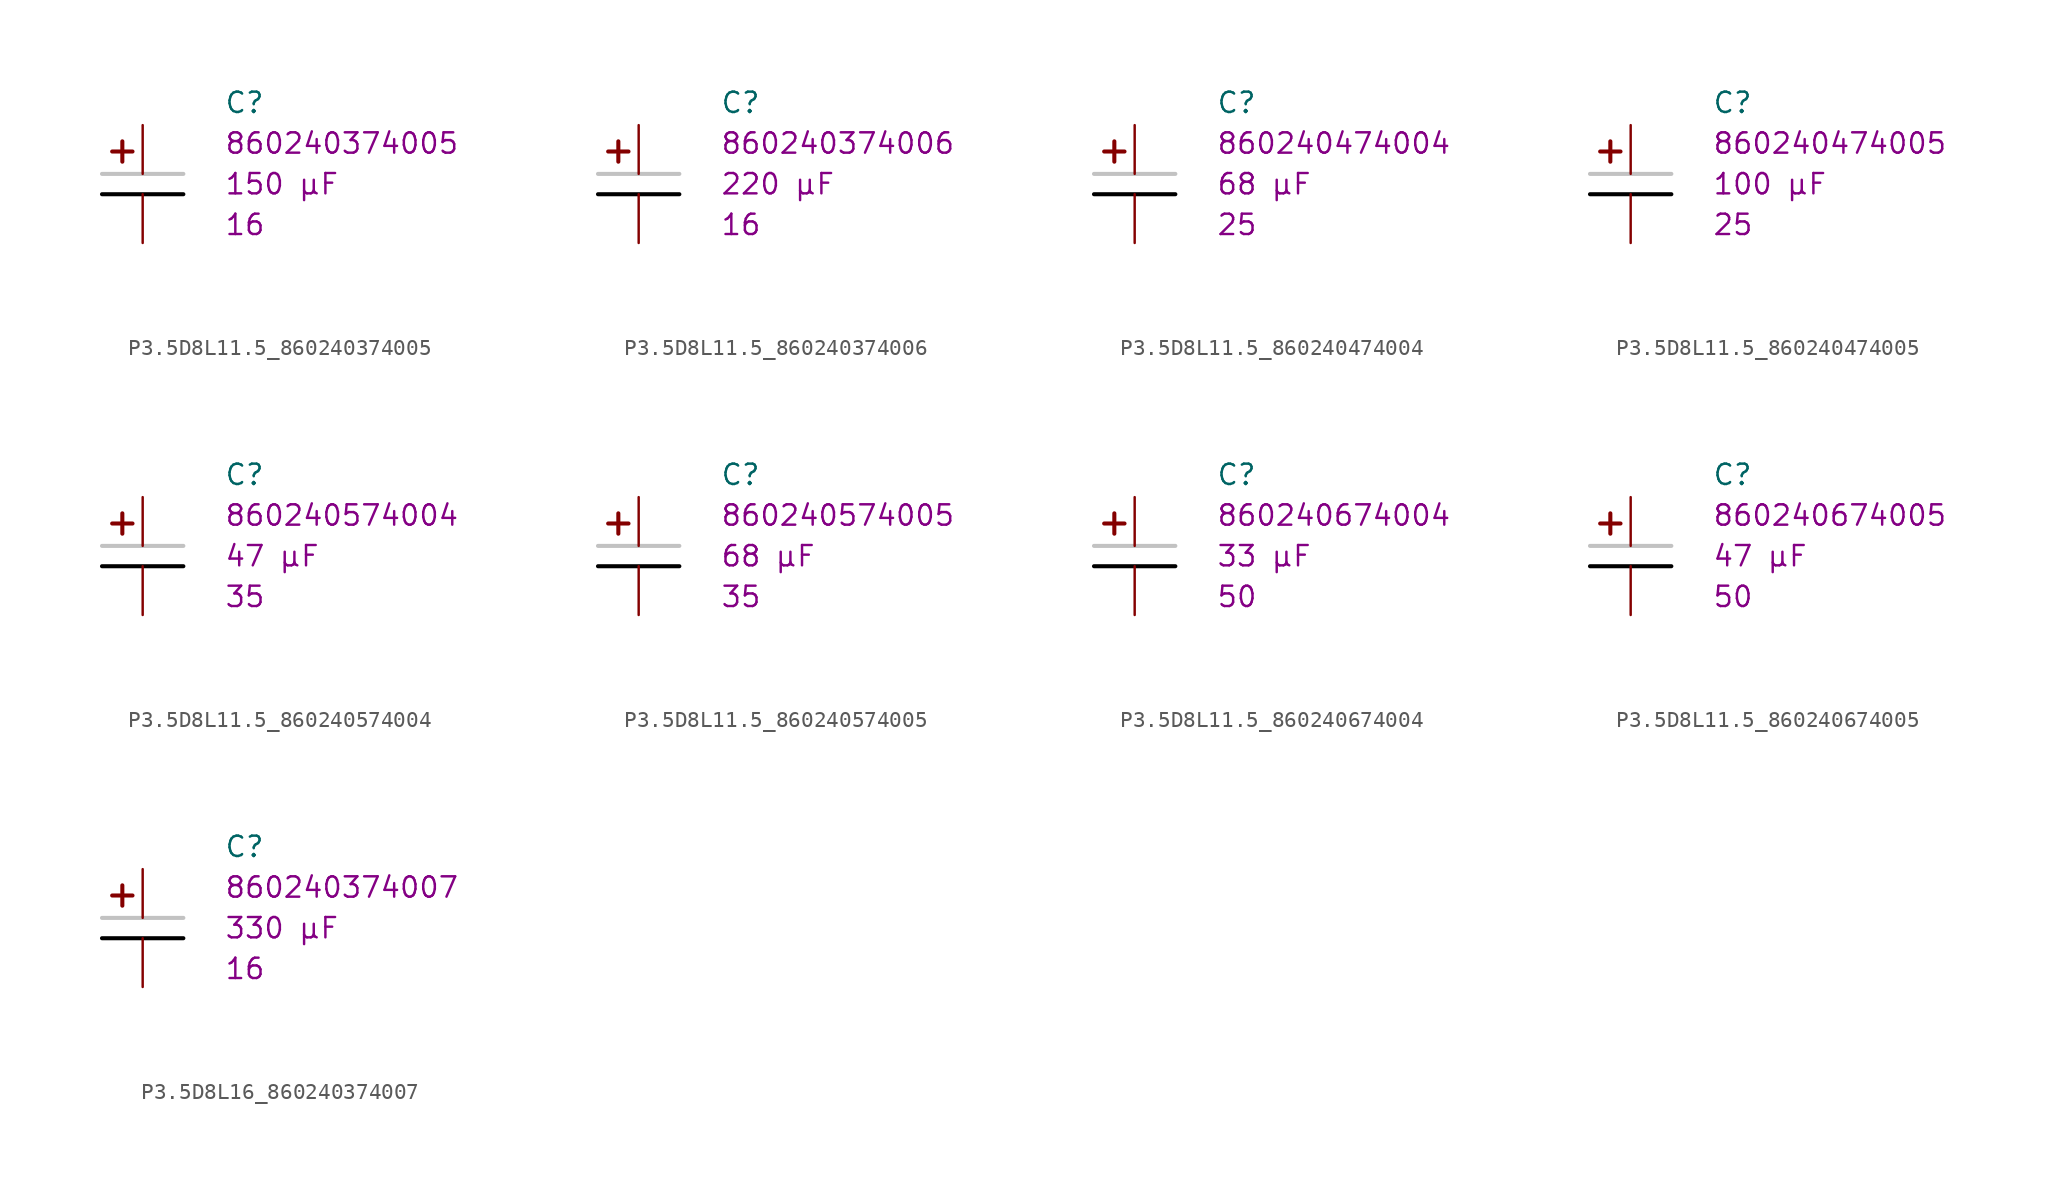
<source format=kicad_sym>
(kicad_symbol_lib
  (version 20220914)
  (generator kicad_symbol_editor)
  (symbol "P3.5D8L11.5_860240374005"
    (pin_numbers hide)
    (pin_names hide)
    (property "Reference" "C"
      (at 5.08 5.08 0)
      (effects (font (size 1.27 1.27)) (justify left)))
    (property "Part Number" "860240374005"
      (at 5.08 2.54 0)
      (effects (font (size 1.27 1.27)) (justify left)))
    (property "Capacitance" "150 µF"
      (at 5.08 0 0)
      (effects (font (size 1.27 1.27)) (justify left)))
    (property "Voltage" "16"
      (at 5.08 -2.54 0)
      (effects (font (size 1.27 1.27)) (justify left)))
    (property "Critical Parameter" ""
      (at 0 -7.62 0)
      (effects (font (size 1.27 1.27))))
    (symbol "P3.5D8L11.5_860240374005_1_1"
      (polyline (pts (xy -1.27 2.667) (xy -1.27 1.397)) (stroke (width 0.254) (type default)) (fill (type none)))
      (polyline (pts (xy -0.635 2.032) (xy -1.905 2.032)) (stroke (width 0.254) (type default)) (fill (type none)))
      (polyline (pts (xy 2.54 -0.635) (xy -2.54 -0.635)) (stroke (width 0.254) (type default) (color 0 0 0 1)) (fill (type none)))
      (polyline (pts (xy 2.54 0.635) (xy -2.54 0.635)) (stroke (width 0.254) (type default) (color 194 194 194 1)) (fill (type none)))
      (pin passive line (at 0 3.679 270) (length 3.044) (name "1" (effects (font (size 1.27 1.27)))) (number "1" (effects (font (size 1.27 1.27)))))
      (pin passive line (at 0 -3.679 90) (length 3.044) (name "2" (effects (font (size 1.27 1.27)))) (number "2" (effects (font (size 1.27 1.27)))))))
  (symbol "P3.5D8L11.5_860240374006"
    (pin_numbers hide)
    (pin_names hide)
    (property "Reference" "C"
      (at 5.08 5.08 0)
      (effects (font (size 1.27 1.27)) (justify left)))
    (property "Part Number" "860240374006"
      (at 5.08 2.54 0)
      (effects (font (size 1.27 1.27)) (justify left)))
    (property "Capacitance" "220 µF"
      (at 5.08 0 0)
      (effects (font (size 1.27 1.27)) (justify left)))
    (property "Voltage" "16"
      (at 5.08 -2.54 0)
      (effects (font (size 1.27 1.27)) (justify left)))
    (property "Critical Parameter" ""
      (at 0 -7.62 0)
      (effects (font (size 1.27 1.27))))
    (symbol "P3.5D8L11.5_860240374006_1_1"
      (polyline (pts (xy -1.27 2.667) (xy -1.27 1.397)) (stroke (width 0.254) (type default)) (fill (type none)))
      (polyline (pts (xy -0.635 2.032) (xy -1.905 2.032)) (stroke (width 0.254) (type default)) (fill (type none)))
      (polyline (pts (xy 2.54 -0.635) (xy -2.54 -0.635)) (stroke (width 0.254) (type default) (color 0 0 0 1)) (fill (type none)))
      (polyline (pts (xy 2.54 0.635) (xy -2.54 0.635)) (stroke (width 0.254) (type default) (color 194 194 194 1)) (fill (type none)))
      (pin passive line (at 0 3.679 270) (length 3.044) (name "1" (effects (font (size 1.27 1.27)))) (number "1" (effects (font (size 1.27 1.27)))))
      (pin passive line (at 0 -3.679 90) (length 3.044) (name "2" (effects (font (size 1.27 1.27)))) (number "2" (effects (font (size 1.27 1.27)))))))
  (symbol "P3.5D8L11.5_860240474004"
    (pin_numbers hide)
    (pin_names hide)
    (property "Reference" "C"
      (at 5.08 5.08 0)
      (effects (font (size 1.27 1.27)) (justify left)))
    (property "Part Number" "860240474004"
      (at 5.08 2.54 0)
      (effects (font (size 1.27 1.27)) (justify left)))
    (property "Capacitance" "68 µF"
      (at 5.08 0 0)
      (effects (font (size 1.27 1.27)) (justify left)))
    (property "Voltage" "25"
      (at 5.08 -2.54 0)
      (effects (font (size 1.27 1.27)) (justify left)))
    (property "Critical Parameter" ""
      (at 0 -7.62 0)
      (effects (font (size 1.27 1.27))))
    (symbol "P3.5D8L11.5_860240474004_1_1"
      (polyline (pts (xy -1.27 2.667) (xy -1.27 1.397)) (stroke (width 0.254) (type default)) (fill (type none)))
      (polyline (pts (xy -0.635 2.032) (xy -1.905 2.032)) (stroke (width 0.254) (type default)) (fill (type none)))
      (polyline (pts (xy 2.54 -0.635) (xy -2.54 -0.635)) (stroke (width 0.254) (type default) (color 0 0 0 1)) (fill (type none)))
      (polyline (pts (xy 2.54 0.635) (xy -2.54 0.635)) (stroke (width 0.254) (type default) (color 194 194 194 1)) (fill (type none)))
      (pin passive line (at 0 3.679 270) (length 3.044) (name "1" (effects (font (size 1.27 1.27)))) (number "1" (effects (font (size 1.27 1.27)))))
      (pin passive line (at 0 -3.679 90) (length 3.044) (name "2" (effects (font (size 1.27 1.27)))) (number "2" (effects (font (size 1.27 1.27)))))))
  (symbol "P3.5D8L11.5_860240474005"
    (pin_numbers hide)
    (pin_names hide)
    (property "Reference" "C"
      (at 5.08 5.08 0)
      (effects (font (size 1.27 1.27)) (justify left)))
    (property "Part Number" "860240474005"
      (at 5.08 2.54 0)
      (effects (font (size 1.27 1.27)) (justify left)))
    (property "Capacitance" "100 µF"
      (at 5.08 0 0)
      (effects (font (size 1.27 1.27)) (justify left)))
    (property "Voltage" "25"
      (at 5.08 -2.54 0)
      (effects (font (size 1.27 1.27)) (justify left)))
    (property "Critical Parameter" ""
      (at 0 -7.62 0)
      (effects (font (size 1.27 1.27))))
    (symbol "P3.5D8L11.5_860240474005_1_1"
      (polyline (pts (xy -1.27 2.667) (xy -1.27 1.397)) (stroke (width 0.254) (type default)) (fill (type none)))
      (polyline (pts (xy -0.635 2.032) (xy -1.905 2.032)) (stroke (width 0.254) (type default)) (fill (type none)))
      (polyline (pts (xy 2.54 -0.635) (xy -2.54 -0.635)) (stroke (width 0.254) (type default) (color 0 0 0 1)) (fill (type none)))
      (polyline (pts (xy 2.54 0.635) (xy -2.54 0.635)) (stroke (width 0.254) (type default) (color 194 194 194 1)) (fill (type none)))
      (pin passive line (at 0 3.679 270) (length 3.044) (name "1" (effects (font (size 1.27 1.27)))) (number "1" (effects (font (size 1.27 1.27)))))
      (pin passive line (at 0 -3.679 90) (length 3.044) (name "2" (effects (font (size 1.27 1.27)))) (number "2" (effects (font (size 1.27 1.27)))))))
  (symbol "P3.5D8L11.5_860240574004"
    (pin_numbers hide)
    (pin_names hide)
    (property "Reference" "C"
      (at 5.08 5.08 0)
      (effects (font (size 1.27 1.27)) (justify left)))
    (property "Part Number" "860240574004"
      (at 5.08 2.54 0)
      (effects (font (size 1.27 1.27)) (justify left)))
    (property "Capacitance" "47 µF"
      (at 5.08 0 0)
      (effects (font (size 1.27 1.27)) (justify left)))
    (property "Voltage" "35"
      (at 5.08 -2.54 0)
      (effects (font (size 1.27 1.27)) (justify left)))
    (property "Critical Parameter" ""
      (at 0 -7.62 0)
      (effects (font (size 1.27 1.27))))
    (symbol "P3.5D8L11.5_860240574004_1_1"
      (polyline (pts (xy -1.27 2.667) (xy -1.27 1.397)) (stroke (width 0.254) (type default)) (fill (type none)))
      (polyline (pts (xy -0.635 2.032) (xy -1.905 2.032)) (stroke (width 0.254) (type default)) (fill (type none)))
      (polyline (pts (xy 2.54 -0.635) (xy -2.54 -0.635)) (stroke (width 0.254) (type default) (color 0 0 0 1)) (fill (type none)))
      (polyline (pts (xy 2.54 0.635) (xy -2.54 0.635)) (stroke (width 0.254) (type default) (color 194 194 194 1)) (fill (type none)))
      (pin passive line (at 0 3.679 270) (length 3.044) (name "1" (effects (font (size 1.27 1.27)))) (number "1" (effects (font (size 1.27 1.27)))))
      (pin passive line (at 0 -3.679 90) (length 3.044) (name "2" (effects (font (size 1.27 1.27)))) (number "2" (effects (font (size 1.27 1.27)))))))
  (symbol "P3.5D8L11.5_860240574005"
    (pin_numbers hide)
    (pin_names hide)
    (property "Reference" "C"
      (at 5.08 5.08 0)
      (effects (font (size 1.27 1.27)) (justify left)))
    (property "Part Number" "860240574005"
      (at 5.08 2.54 0)
      (effects (font (size 1.27 1.27)) (justify left)))
    (property "Capacitance" "68 µF"
      (at 5.08 0 0)
      (effects (font (size 1.27 1.27)) (justify left)))
    (property "Voltage" "35"
      (at 5.08 -2.54 0)
      (effects (font (size 1.27 1.27)) (justify left)))
    (property "Critical Parameter" ""
      (at 0 -7.62 0)
      (effects (font (size 1.27 1.27))))
    (symbol "P3.5D8L11.5_860240574005_1_1"
      (polyline (pts (xy -1.27 2.667) (xy -1.27 1.397)) (stroke (width 0.254) (type default)) (fill (type none)))
      (polyline (pts (xy -0.635 2.032) (xy -1.905 2.032)) (stroke (width 0.254) (type default)) (fill (type none)))
      (polyline (pts (xy 2.54 -0.635) (xy -2.54 -0.635)) (stroke (width 0.254) (type default) (color 0 0 0 1)) (fill (type none)))
      (polyline (pts (xy 2.54 0.635) (xy -2.54 0.635)) (stroke (width 0.254) (type default) (color 194 194 194 1)) (fill (type none)))
      (pin passive line (at 0 3.679 270) (length 3.044) (name "1" (effects (font (size 1.27 1.27)))) (number "1" (effects (font (size 1.27 1.27)))))
      (pin passive line (at 0 -3.679 90) (length 3.044) (name "2" (effects (font (size 1.27 1.27)))) (number "2" (effects (font (size 1.27 1.27)))))))
  (symbol "P3.5D8L11.5_860240674004"
    (pin_numbers hide)
    (pin_names hide)
    (property "Reference" "C"
      (at 5.08 5.08 0)
      (effects (font (size 1.27 1.27)) (justify left)))
    (property "Part Number" "860240674004"
      (at 5.08 2.54 0)
      (effects (font (size 1.27 1.27)) (justify left)))
    (property "Capacitance" "33 µF"
      (at 5.08 0 0)
      (effects (font (size 1.27 1.27)) (justify left)))
    (property "Voltage" "50"
      (at 5.08 -2.54 0)
      (effects (font (size 1.27 1.27)) (justify left)))
    (property "Critical Parameter" ""
      (at 0 -7.62 0)
      (effects (font (size 1.27 1.27))))
    (symbol "P3.5D8L11.5_860240674004_1_1"
      (polyline (pts (xy -1.27 2.667) (xy -1.27 1.397)) (stroke (width 0.254) (type default)) (fill (type none)))
      (polyline (pts (xy -0.635 2.032) (xy -1.905 2.032)) (stroke (width 0.254) (type default)) (fill (type none)))
      (polyline (pts (xy 2.54 -0.635) (xy -2.54 -0.635)) (stroke (width 0.254) (type default) (color 0 0 0 1)) (fill (type none)))
      (polyline (pts (xy 2.54 0.635) (xy -2.54 0.635)) (stroke (width 0.254) (type default) (color 194 194 194 1)) (fill (type none)))
      (pin passive line (at 0 3.679 270) (length 3.044) (name "1" (effects (font (size 1.27 1.27)))) (number "1" (effects (font (size 1.27 1.27)))))
      (pin passive line (at 0 -3.679 90) (length 3.044) (name "2" (effects (font (size 1.27 1.27)))) (number "2" (effects (font (size 1.27 1.27)))))))
  (symbol "P3.5D8L11.5_860240674005"
    (pin_numbers hide)
    (pin_names hide)
    (property "Reference" "C"
      (at 5.08 5.08 0)
      (effects (font (size 1.27 1.27)) (justify left)))
    (property "Part Number" "860240674005"
      (at 5.08 2.54 0)
      (effects (font (size 1.27 1.27)) (justify left)))
    (property "Capacitance" "47 µF"
      (at 5.08 0 0)
      (effects (font (size 1.27 1.27)) (justify left)))
    (property "Voltage" "50"
      (at 5.08 -2.54 0)
      (effects (font (size 1.27 1.27)) (justify left)))
    (property "Critical Parameter" ""
      (at 0 -7.62 0)
      (effects (font (size 1.27 1.27))))
    (symbol "P3.5D8L11.5_860240674005_1_1"
      (polyline (pts (xy -1.27 2.667) (xy -1.27 1.397)) (stroke (width 0.254) (type default)) (fill (type none)))
      (polyline (pts (xy -0.635 2.032) (xy -1.905 2.032)) (stroke (width 0.254) (type default)) (fill (type none)))
      (polyline (pts (xy 2.54 -0.635) (xy -2.54 -0.635)) (stroke (width 0.254) (type default) (color 0 0 0 1)) (fill (type none)))
      (polyline (pts (xy 2.54 0.635) (xy -2.54 0.635)) (stroke (width 0.254) (type default) (color 194 194 194 1)) (fill (type none)))
      (pin passive line (at 0 3.679 270) (length 3.044) (name "1" (effects (font (size 1.27 1.27)))) (number "1" (effects (font (size 1.27 1.27)))))
      (pin passive line (at 0 -3.679 90) (length 3.044) (name "2" (effects (font (size 1.27 1.27)))) (number "2" (effects (font (size 1.27 1.27)))))))
  (symbol "P3.5D8L16_860240374007"
    (pin_numbers hide)
    (pin_names hide)
    (property "Reference" "C"
      (at 5.08 5.08 0)
      (effects (font (size 1.27 1.27)) (justify left)))
    (property "Part Number" "860240374007"
      (at 5.08 2.54 0)
      (effects (font (size 1.27 1.27)) (justify left)))
    (property "Capacitance" "330 µF"
      (at 5.08 0 0)
      (effects (font (size 1.27 1.27)) (justify left)))
    (property "Voltage" "16"
      (at 5.08 -2.54 0)
      (effects (font (size 1.27 1.27)) (justify left)))
    (property "Critical Parameter" ""
      (at 0 -7.62 0)
      (effects (font (size 1.27 1.27))))
    (symbol "P3.5D8L16_860240374007_1_1"
      (polyline (pts (xy -1.27 2.667) (xy -1.27 1.397)) (stroke (width 0.254) (type default)) (fill (type none)))
      (polyline (pts (xy -0.635 2.032) (xy -1.905 2.032)) (stroke (width 0.254) (type default)) (fill (type none)))
      (polyline (pts (xy 2.54 -0.635) (xy -2.54 -0.635)) (stroke (width 0.254) (type default) (color 0 0 0 1)) (fill (type none)))
      (polyline (pts (xy 2.54 0.635) (xy -2.54 0.635)) (stroke (width 0.254) (type default) (color 194 194 194 1)) (fill (type none)))
      (pin passive line (at 0 3.679 270) (length 3.044) (name "1" (effects (font (size 1.27 1.27)))) (number "1" (effects (font (size 1.27 1.27)))))
      (pin passive line (at 0 -3.679 90) (length 3.044) (name "2" (effects (font (size 1.27 1.27)))) (number "2" (effects (font (size 1.27 1.27))))))))
</source>
